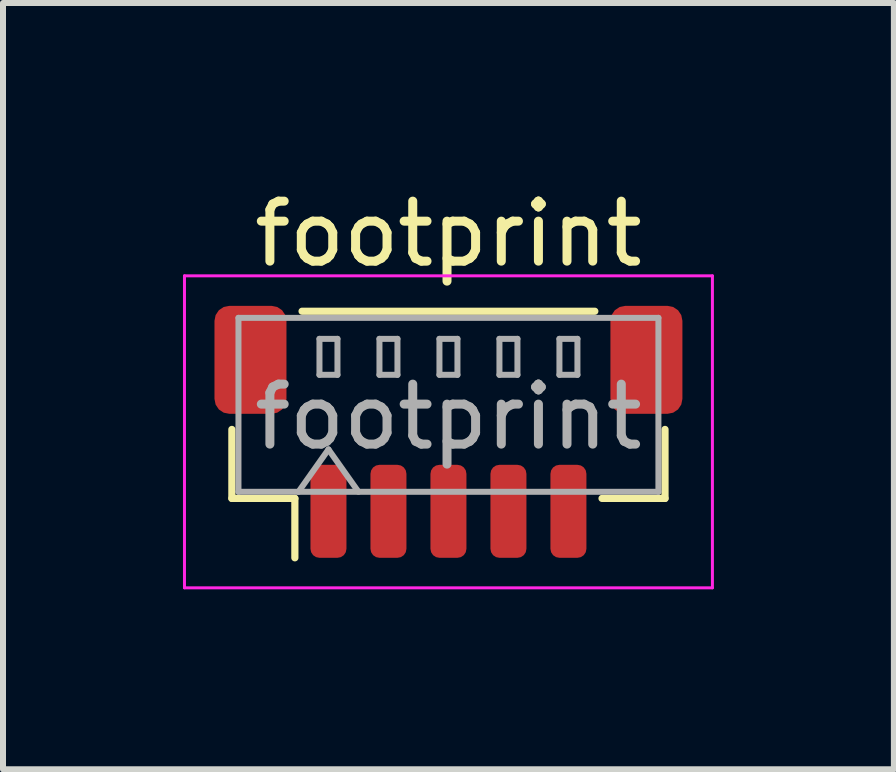
<source format=kicad_pcb>
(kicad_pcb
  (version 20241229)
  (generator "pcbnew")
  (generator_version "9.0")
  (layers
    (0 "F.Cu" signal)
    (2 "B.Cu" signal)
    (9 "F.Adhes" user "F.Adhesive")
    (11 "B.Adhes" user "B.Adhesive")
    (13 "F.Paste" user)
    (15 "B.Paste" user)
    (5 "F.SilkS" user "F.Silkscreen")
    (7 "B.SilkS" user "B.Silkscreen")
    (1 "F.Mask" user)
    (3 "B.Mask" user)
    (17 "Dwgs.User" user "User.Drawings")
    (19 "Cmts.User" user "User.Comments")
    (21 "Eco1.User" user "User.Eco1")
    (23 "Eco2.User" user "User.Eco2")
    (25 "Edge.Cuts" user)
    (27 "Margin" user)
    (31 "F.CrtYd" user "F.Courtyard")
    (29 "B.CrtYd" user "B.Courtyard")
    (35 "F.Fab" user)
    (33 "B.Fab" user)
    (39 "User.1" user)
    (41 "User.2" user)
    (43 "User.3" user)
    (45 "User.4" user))
  (footprint "footprint"
    (layer "F.Cu")
    (at 4.425 4.148)
    (property "Reference" "footprint" (at 0 -3.3 0) (layer "F.SilkS") (effects (font (size 1 1) (thickness 0.15))))
    (attr smd)
    (fp_line (start -3.61 -0.04) (end -3.61 1.11) (stroke (width 0.12) (type solid)) (layer "F.SilkS"))
    (fp_line (start -3.61 1.11) (end -2.56 1.11) (stroke (width 0.12) (type solid)) (layer "F.SilkS"))
    (fp_line (start -2.56 1.11) (end -2.56 2.1) (stroke (width 0.12) (type solid)) (layer "F.SilkS"))
    (fp_line (start -2.44 -2.01) (end 2.44 -2.01) (stroke (width 0.12) (type solid)) (layer "F.SilkS"))
    (fp_line (start 3.61 -0.04) (end 3.61 1.11) (stroke (width 0.12) (type solid)) (layer "F.SilkS"))
    (fp_line (start 3.61 1.11) (end 2.56 1.11) (stroke (width 0.12) (type solid)) (layer "F.SilkS"))
    (fp_line (start -4.4 -2.6) (end -4.4 2.6) (stroke (width 0.05) (type solid)) (layer "F.CrtYd"))
    (fp_line (start -4.4 2.6) (end 4.4 2.6) (stroke (width 0.05) (type solid)) (layer "F.CrtYd"))
    (fp_line (start 4.4 -2.6) (end -4.4 -2.6) (stroke (width 0.05) (type solid)) (layer "F.CrtYd"))
    (fp_line (start 4.4 2.6) (end 4.4 -2.6) (stroke (width 0.05) (type solid)) (layer "F.CrtYd"))
    (fp_line (start -3.5 -1.9) (end 3.5 -1.9) (stroke (width 0.1) (type solid)) (layer "F.Fab"))
    (fp_line (start -3.5 1) (end -3.5 -1.9) (stroke (width 0.1) (type solid)) (layer "F.Fab"))
    (fp_line (start -3.5 1) (end 3.5 1) (stroke (width 0.1) (type solid)) (layer "F.Fab"))
    (fp_line (start -2.5 1) (end -2 0.293) (stroke (width 0.1) (type solid)) (layer "F.Fab"))
    (fp_line (start -2.15 -1.55) (end -2.15 -0.95) (stroke (width 0.1) (type solid)) (layer "F.Fab"))
    (fp_line (start -2.15 -0.95) (end -1.85 -0.95) (stroke (width 0.1) (type solid)) (layer "F.Fab"))
    (fp_line (start -2 0.293) (end -1.5 1) (stroke (width 0.1) (type solid)) (layer "F.Fab"))
    (fp_line (start -1.85 -1.55) (end -2.15 -1.55) (stroke (width 0.1) (type solid)) (layer "F.Fab"))
    (fp_line (start -1.85 -0.95) (end -1.85 -1.55) (stroke (width 0.1) (type solid)) (layer "F.Fab"))
    (fp_line (start -1.15 -1.55) (end -1.15 -0.95) (stroke (width 0.1) (type solid)) (layer "F.Fab"))
    (fp_line (start -1.15 -0.95) (end -0.85 -0.95) (stroke (width 0.1) (type solid)) (layer "F.Fab"))
    (fp_line (start -0.85 -1.55) (end -1.15 -1.55) (stroke (width 0.1) (type solid)) (layer "F.Fab"))
    (fp_line (start -0.85 -0.95) (end -0.85 -1.55) (stroke (width 0.1) (type solid)) (layer "F.Fab"))
    (fp_line (start -0.15 -1.55) (end -0.15 -0.95) (stroke (width 0.1) (type solid)) (layer "F.Fab"))
    (fp_line (start -0.15 -0.95) (end 0.15 -0.95) (stroke (width 0.1) (type solid)) (layer "F.Fab"))
    (fp_line (start 0.15 -1.55) (end -0.15 -1.55) (stroke (width 0.1) (type solid)) (layer "F.Fab"))
    (fp_line (start 0.15 -0.95) (end 0.15 -1.55) (stroke (width 0.1) (type solid)) (layer "F.Fab"))
    (fp_line (start 0.85 -1.55) (end 0.85 -0.95) (stroke (width 0.1) (type solid)) (layer "F.Fab"))
    (fp_line (start 0.85 -0.95) (end 1.15 -0.95) (stroke (width 0.1) (type solid)) (layer "F.Fab"))
    (fp_line (start 1.15 -1.55) (end 0.85 -1.55) (stroke (width 0.1) (type solid)) (layer "F.Fab"))
    (fp_line (start 1.15 -0.95) (end 1.15 -1.55) (stroke (width 0.1) (type solid)) (layer "F.Fab"))
    (fp_line (start 1.85 -1.55) (end 1.85 -0.95) (stroke (width 0.1) (type solid)) (layer "F.Fab"))
    (fp_line (start 1.85 -0.95) (end 2.15 -0.95) (stroke (width 0.1) (type solid)) (layer "F.Fab"))
    (fp_line (start 2.15 -1.55) (end 1.85 -1.55) (stroke (width 0.1) (type solid)) (layer "F.Fab"))
    (fp_line (start 2.15 -0.95) (end 2.15 -1.55) (stroke (width 0.1) (type solid)) (layer "F.Fab"))
    (fp_line (start 3.5 1) (end 3.5 -1.9) (stroke (width 0.1) (type solid)) (layer "F.Fab"))
    (fp_text user "${REFERENCE}" (at 0 -0.25 0) (layer "F.Fab") (effects (font (size 1 1) (thickness 0.15))))
    (pad "1" smd roundrect (at -2 1.325) (size 0.6 1.55) (layers "F.Cu" "F.Mask" "F.Paste") (roundrect_rratio 0.25))
    (pad "2" smd roundrect (at -1 1.325) (size 0.6 1.55) (layers "F.Cu" "F.Mask" "F.Paste") (roundrect_rratio 0.25))
    (pad "3" smd roundrect (at 0 1.325) (size 0.6 1.55) (layers "F.Cu" "F.Mask" "F.Paste") (roundrect_rratio 0.25))
    (pad "4" smd roundrect (at 1 1.325) (size 0.6 1.55) (layers "F.Cu" "F.Mask" "F.Paste") (roundrect_rratio 0.25))
    (pad "5" smd roundrect (at 2 1.325) (size 0.6 1.55) (layers "F.Cu" "F.Mask" "F.Paste") (roundrect_rratio 0.25))
    (pad "MP" smd roundrect (at -3.3 -1.2) (size 1.2 1.8) (layers "F.Cu" "F.Mask" "F.Paste") (roundrect_rratio 0.208))
    (pad "MP" smd roundrect (at 3.3 -1.2) (size 1.2 1.8) (layers "F.Cu" "F.Mask" "F.Paste") (roundrect_rratio 0.208)))
  (gr_rect
    (start -3 -3)
    (end 11.85 9.773)
    (stroke (width 0.1) (type default))
    (fill no)
    (layer "Edge.Cuts")))
</source>
